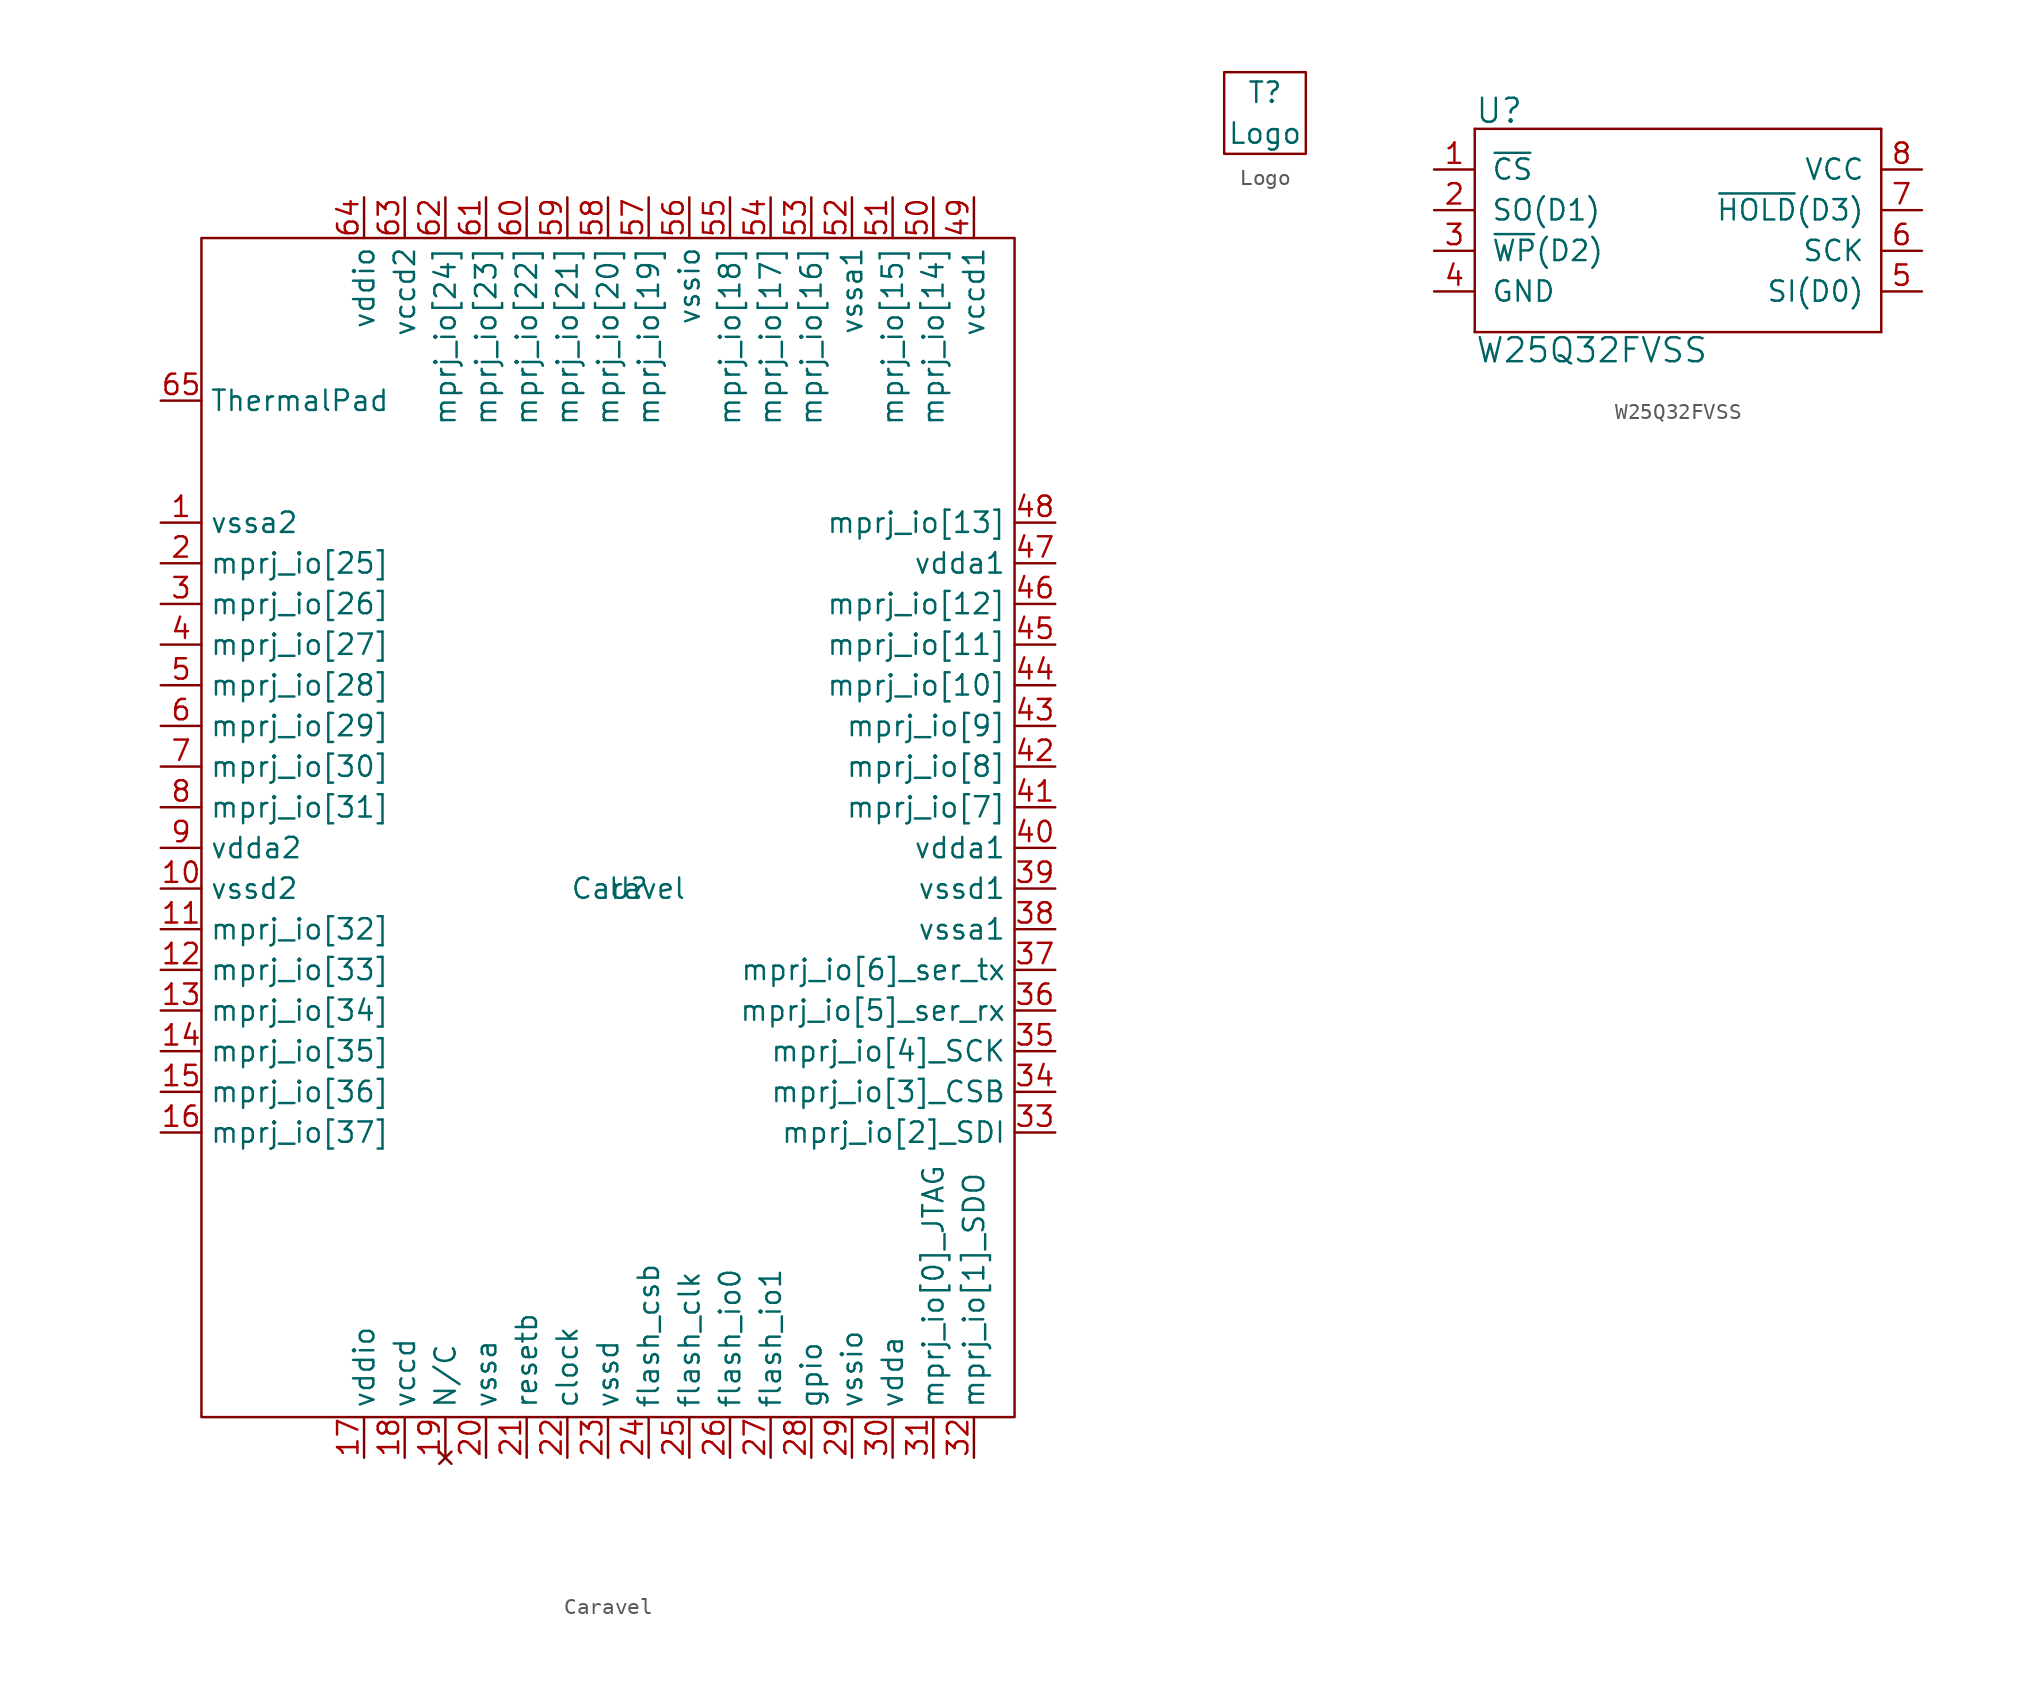
<source format=kicad_sym>
(kicad_symbol_lib
  (version 20211014)
  (generator kicad_symbol_editor)
  (symbol "Caravel"
    (property "Reference" "U"
      (at 0 0 0)
      (effects (font (size 1.27 1.27))))
    (property "Value" "Caravel"
      (at 0 0 0)
      (effects (font (size 1.27 1.27))))
    (symbol "Caravel_0_1"
      (rectangle (start -26.67 40.64) (end 24.13 -33.02) (stroke (width 0) (type default) (color 0 0 0 0)) (fill (type none))))
    (symbol "Caravel_1_1"
      (pin power_in line (at -29.21 22.86 0) (length 2.54) (name "vssa2" (effects (font (size 1.27 1.27)))) (number "1" (effects (font (size 1.27 1.27)))))
      (pin power_in line (at -29.21 0 0) (length 2.54) (name "vssd2" (effects (font (size 1.27 1.27)))) (number "10" (effects (font (size 1.27 1.27)))))
      (pin bidirectional line (at -29.21 -2.54 0) (length 2.54) (name "mprj_io[32]" (effects (font (size 1.27 1.27)))) (number "11" (effects (font (size 1.27 1.27)))))
      (pin bidirectional line (at -29.21 -5.08 0) (length 2.54) (name "mprj_io[33]" (effects (font (size 1.27 1.27)))) (number "12" (effects (font (size 1.27 1.27)))))
      (pin bidirectional line (at -29.21 -7.62 0) (length 2.54) (name "mprj_io[34]" (effects (font (size 1.27 1.27)))) (number "13" (effects (font (size 1.27 1.27)))))
      (pin bidirectional line (at -29.21 -10.16 0) (length 2.54) (name "mprj_io[35]" (effects (font (size 1.27 1.27)))) (number "14" (effects (font (size 1.27 1.27)))))
      (pin bidirectional line (at -29.21 -12.7 0) (length 2.54) (name "mprj_io[36]" (effects (font (size 1.27 1.27)))) (number "15" (effects (font (size 1.27 1.27)))))
      (pin bidirectional line (at -29.21 -15.24 0) (length 2.54) (name "mprj_io[37]" (effects (font (size 1.27 1.27)))) (number "16" (effects (font (size 1.27 1.27)))))
      (pin power_in line (at -16.51 -35.56 90) (length 2.54) (name "vddio" (effects (font (size 1.27 1.27)))) (number "17" (effects (font (size 1.27 1.27)))))
      (pin power_in line (at -13.97 -35.56 90) (length 2.54) (name "vccd" (effects (font (size 1.27 1.27)))) (number "18" (effects (font (size 1.27 1.27)))))
      (pin no_connect line (at -11.43 -35.56 90) (length 2.54) (name "N/C" (effects (font (size 1.27 1.27)))) (number "19" (effects (font (size 1.27 1.27)))))
      (pin bidirectional line (at -29.21 20.32 0) (length 2.54) (name "mprj_io[25]" (effects (font (size 1.27 1.27)))) (number "2" (effects (font (size 1.27 1.27)))))
      (pin power_in line (at -8.89 -35.56 90) (length 2.54) (name "vssa" (effects (font (size 1.27 1.27)))) (number "20" (effects (font (size 1.27 1.27)))))
      (pin input line (at -6.35 -35.56 90) (length 2.54) (name "resetb" (effects (font (size 1.27 1.27)))) (number "21" (effects (font (size 1.27 1.27)))))
      (pin input line (at -3.81 -35.56 90) (length 2.54) (name "clock" (effects (font (size 1.27 1.27)))) (number "22" (effects (font (size 1.27 1.27)))))
      (pin power_in line (at -1.27 -35.56 90) (length 2.54) (name "vssd" (effects (font (size 1.27 1.27)))) (number "23" (effects (font (size 1.27 1.27)))))
      (pin output line (at 1.27 -35.56 90) (length 2.54) (name "flash_csb" (effects (font (size 1.27 1.27)))) (number "24" (effects (font (size 1.27 1.27)))))
      (pin output line (at 3.81 -35.56 90) (length 2.54) (name "flash_clk" (effects (font (size 1.27 1.27)))) (number "25" (effects (font (size 1.27 1.27)))))
      (pin bidirectional line (at 6.35 -35.56 90) (length 2.54) (name "flash_io0" (effects (font (size 1.27 1.27)))) (number "26" (effects (font (size 1.27 1.27)))))
      (pin bidirectional line (at 8.89 -35.56 90) (length 2.54) (name "flash_io1" (effects (font (size 1.27 1.27)))) (number "27" (effects (font (size 1.27 1.27)))))
      (pin bidirectional line (at 11.43 -35.56 90) (length 2.54) (name "gpio" (effects (font (size 1.27 1.27)))) (number "28" (effects (font (size 1.27 1.27)))))
      (pin power_in line (at 13.97 -35.56 90) (length 2.54) (name "vssio" (effects (font (size 1.27 1.27)))) (number "29" (effects (font (size 1.27 1.27)))))
      (pin bidirectional line (at -29.21 17.78 0) (length 2.54) (name "mprj_io[26]" (effects (font (size 1.27 1.27)))) (number "3" (effects (font (size 1.27 1.27)))))
      (pin power_in line (at 16.51 -35.56 90) (length 2.54) (name "vdda" (effects (font (size 1.27 1.27)))) (number "30" (effects (font (size 1.27 1.27)))))
      (pin bidirectional line (at 19.05 -35.56 90) (length 2.54) (name "mprj_io[0]_JTAG" (effects (font (size 1.27 1.27)))) (number "31" (effects (font (size 1.27 1.27)))))
      (pin bidirectional line (at 21.59 -35.56 90) (length 2.54) (name "mprj_io[1]_SDO" (effects (font (size 1.27 1.27)))) (number "32" (effects (font (size 1.27 1.27)))))
      (pin bidirectional line (at 26.67 -15.24 180) (length 2.54) (name "mprj_io[2]_SDI" (effects (font (size 1.27 1.27)))) (number "33" (effects (font (size 1.27 1.27)))))
      (pin bidirectional line (at 26.67 -12.7 180) (length 2.54) (name "mprj_io[3]_CSB" (effects (font (size 1.27 1.27)))) (number "34" (effects (font (size 1.27 1.27)))))
      (pin bidirectional line (at 26.67 -10.16 180) (length 2.54) (name "mprj_io[4]_SCK" (effects (font (size 1.27 1.27)))) (number "35" (effects (font (size 1.27 1.27)))))
      (pin bidirectional line (at 26.67 -7.62 180) (length 2.54) (name "mprj_io[5]_ser_rx" (effects (font (size 1.27 1.27)))) (number "36" (effects (font (size 1.27 1.27)))))
      (pin bidirectional line (at 26.67 -5.08 180) (length 2.54) (name "mprj_io[6]_ser_tx" (effects (font (size 1.27 1.27)))) (number "37" (effects (font (size 1.27 1.27)))))
      (pin power_in line (at 26.67 -2.54 180) (length 2.54) (name "vssa1" (effects (font (size 1.27 1.27)))) (number "38" (effects (font (size 1.27 1.27)))))
      (pin power_in line (at 26.67 0 180) (length 2.54) (name "vssd1" (effects (font (size 1.27 1.27)))) (number "39" (effects (font (size 1.27 1.27)))))
      (pin bidirectional line (at -29.21 15.24 0) (length 2.54) (name "mprj_io[27]" (effects (font (size 1.27 1.27)))) (number "4" (effects (font (size 1.27 1.27)))))
      (pin power_in line (at 26.67 2.54 180) (length 2.54) (name "vdda1" (effects (font (size 1.27 1.27)))) (number "40" (effects (font (size 1.27 1.27)))))
      (pin bidirectional line (at 26.67 5.08 180) (length 2.54) (name "mprj_io[7]" (effects (font (size 1.27 1.27)))) (number "41" (effects (font (size 1.27 1.27)))))
      (pin bidirectional line (at 26.67 7.62 180) (length 2.54) (name "mprj_io[8]" (effects (font (size 1.27 1.27)))) (number "42" (effects (font (size 1.27 1.27)))))
      (pin bidirectional line (at 26.67 10.16 180) (length 2.54) (name "mprj_io[9]" (effects (font (size 1.27 1.27)))) (number "43" (effects (font (size 1.27 1.27)))))
      (pin bidirectional line (at 26.67 12.7 180) (length 2.54) (name "mprj_io[10]" (effects (font (size 1.27 1.27)))) (number "44" (effects (font (size 1.27 1.27)))))
      (pin bidirectional line (at 26.67 15.24 180) (length 2.54) (name "mprj_io[11]" (effects (font (size 1.27 1.27)))) (number "45" (effects (font (size 1.27 1.27)))))
      (pin bidirectional line (at 26.67 17.78 180) (length 2.54) (name "mprj_io[12]" (effects (font (size 1.27 1.27)))) (number "46" (effects (font (size 1.27 1.27)))))
      (pin power_in line (at 26.67 20.32 180) (length 2.54) (name "vdda1" (effects (font (size 1.27 1.27)))) (number "47" (effects (font (size 1.27 1.27)))))
      (pin bidirectional line (at 26.67 22.86 180) (length 2.54) (name "mprj_io[13]" (effects (font (size 1.27 1.27)))) (number "48" (effects (font (size 1.27 1.27)))))
      (pin power_in line (at 21.59 43.18 270) (length 2.54) (name "vccd1" (effects (font (size 1.27 1.27)))) (number "49" (effects (font (size 1.27 1.27)))))
      (pin bidirectional line (at -29.21 12.7 0) (length 2.54) (name "mprj_io[28]" (effects (font (size 1.27 1.27)))) (number "5" (effects (font (size 1.27 1.27)))))
      (pin bidirectional line (at 19.05 43.18 270) (length 2.54) (name "mprj_io[14]" (effects (font (size 1.27 1.27)))) (number "50" (effects (font (size 1.27 1.27)))))
      (pin bidirectional line (at 16.51 43.18 270) (length 2.54) (name "mprj_io[15]" (effects (font (size 1.27 1.27)))) (number "51" (effects (font (size 1.27 1.27)))))
      (pin power_in line (at 13.97 43.18 270) (length 2.54) (name "vssa1" (effects (font (size 1.27 1.27)))) (number "52" (effects (font (size 1.27 1.27)))))
      (pin bidirectional line (at 11.43 43.18 270) (length 2.54) (name "mprj_io[16]" (effects (font (size 1.27 1.27)))) (number "53" (effects (font (size 1.27 1.27)))))
      (pin bidirectional line (at 8.89 43.18 270) (length 2.54) (name "mprj_io[17]" (effects (font (size 1.27 1.27)))) (number "54" (effects (font (size 1.27 1.27)))))
      (pin bidirectional line (at 6.35 43.18 270) (length 2.54) (name "mprj_io[18]" (effects (font (size 1.27 1.27)))) (number "55" (effects (font (size 1.27 1.27)))))
      (pin power_in line (at 3.81 43.18 270) (length 2.54) (name "vssio" (effects (font (size 1.27 1.27)))) (number "56" (effects (font (size 1.27 1.27)))))
      (pin bidirectional line (at 1.27 43.18 270) (length 2.54) (name "mprj_io[19]" (effects (font (size 1.27 1.27)))) (number "57" (effects (font (size 1.27 1.27)))))
      (pin bidirectional line (at -1.27 43.18 270) (length 2.54) (name "mprj_io[20]" (effects (font (size 1.27 1.27)))) (number "58" (effects (font (size 1.27 1.27)))))
      (pin bidirectional line (at -3.81 43.18 270) (length 2.54) (name "mprj_io[21]" (effects (font (size 1.27 1.27)))) (number "59" (effects (font (size 1.27 1.27)))))
      (pin bidirectional line (at -29.21 10.16 0) (length 2.54) (name "mprj_io[29]" (effects (font (size 1.27 1.27)))) (number "6" (effects (font (size 1.27 1.27)))))
      (pin bidirectional line (at -6.35 43.18 270) (length 2.54) (name "mprj_io[22]" (effects (font (size 1.27 1.27)))) (number "60" (effects (font (size 1.27 1.27)))))
      (pin bidirectional line (at -8.89 43.18 270) (length 2.54) (name "mprj_io[23]" (effects (font (size 1.27 1.27)))) (number "61" (effects (font (size 1.27 1.27)))))
      (pin bidirectional line (at -11.43 43.18 270) (length 2.54) (name "mprj_io[24]" (effects (font (size 1.27 1.27)))) (number "62" (effects (font (size 1.27 1.27)))))
      (pin power_in line (at -13.97 43.18 270) (length 2.54) (name "vccd2" (effects (font (size 1.27 1.27)))) (number "63" (effects (font (size 1.27 1.27)))))
      (pin power_in line (at -16.51 43.18 270) (length 2.54) (name "vddio" (effects (font (size 1.27 1.27)))) (number "64" (effects (font (size 1.27 1.27)))))
      (pin power_in line (at -29.21 30.48 0) (length 2.54) (name "ThermalPad" (effects (font (size 1.27 1.27)))) (number "65" (effects (font (size 1.27 1.27)))))
      (pin bidirectional line (at -29.21 7.62 0) (length 2.54) (name "mprj_io[30]" (effects (font (size 1.27 1.27)))) (number "7" (effects (font (size 1.27 1.27)))))
      (pin bidirectional line (at -29.21 5.08 0) (length 2.54) (name "mprj_io[31]" (effects (font (size 1.27 1.27)))) (number "8" (effects (font (size 1.27 1.27)))))
      (pin power_in line (at -29.21 2.54 0) (length 2.54) (name "vdda2" (effects (font (size 1.27 1.27)))) (number "9" (effects (font (size 1.27 1.27)))))))
  (symbol "Logo"
    (property "Reference" "T"
      (at 0 1.27 0)
      (effects (font (size 1.27 1.27))))
    (property "Value" "Logo"
      (at 0 -1.27 0)
      (effects (font (size 1.27 1.27))))
    (symbol "Logo_0_1"
      (rectangle (start -2.54 2.54) (end 2.54 -2.54) (stroke (width 0) (type default) (color 0 0 0 0)) (fill (type none)))))
  (symbol "W25Q32FVSS"
    (pin_names
      (offset 1.016))
    (property "Reference" "U"
      (at -12.7 5.334 0)
      (effects (font (size 1.499 1.499)) (justify left bottom)))
    (property "Value" "W25Q32FVSS"
      (at -12.7 -7.874 0)
      (effects (font (size 1.499 1.499)) (justify left top)))
    (property "ki_locked" ""
      (at 0 0 0)
      (effects (font (size 1.27 1.27))))
    (symbol "W25Q32FVSS_1_0"
      (polyline (pts (xy -12.7 -7.62) (xy -12.7 5.08)) (stroke (width 0) (type default) (color 0 0 0 0)) (fill (type none)))
      (polyline (pts (xy -12.7 5.08) (xy 12.7 5.08)) (stroke (width 0) (type default) (color 0 0 0 0)) (fill (type none)))
      (polyline (pts (xy 12.7 -7.62) (xy -12.7 -7.62)) (stroke (width 0) (type default) (color 0 0 0 0)) (fill (type none)))
      (polyline (pts (xy 12.7 5.08) (xy 12.7 -7.62)) (stroke (width 0) (type default) (color 0 0 0 0)) (fill (type none)))
      (pin input line (at -15.24 2.54 0) (length 2.54) (name "~{CS}" (effects (font (size 1.27 1.27)))) (number "1" (effects (font (size 1.27 1.27)))))
      (pin bidirectional line (at -15.24 0 0) (length 2.54) (name "SO(D1)" (effects (font (size 1.27 1.27)))) (number "2" (effects (font (size 1.27 1.27)))))
      (pin bidirectional line (at -15.24 -2.54 0) (length 2.54) (name "~{WP}(D2)" (effects (font (size 1.27 1.27)))) (number "3" (effects (font (size 1.27 1.27)))))
      (pin power_in line (at -15.24 -5.08 0) (length 2.54) (name "GND" (effects (font (size 1.27 1.27)))) (number "4" (effects (font (size 1.27 1.27)))))
      (pin bidirectional line (at 15.24 -5.08 180) (length 2.54) (name "SI(D0)" (effects (font (size 1.27 1.27)))) (number "5" (effects (font (size 1.27 1.27)))))
      (pin bidirectional line (at 15.24 -2.54 180) (length 2.54) (name "SCK" (effects (font (size 1.27 1.27)))) (number "6" (effects (font (size 1.27 1.27)))))
      (pin bidirectional line (at 15.24 0 180) (length 2.54) (name "~{HOLD}(D3)" (effects (font (size 1.27 1.27)))) (number "7" (effects (font (size 1.27 1.27)))))
      (pin power_in line (at 15.24 2.54 180) (length 2.54) (name "VCC" (effects (font (size 1.27 1.27)))) (number "8" (effects (font (size 1.27 1.27))))))))
</source>
